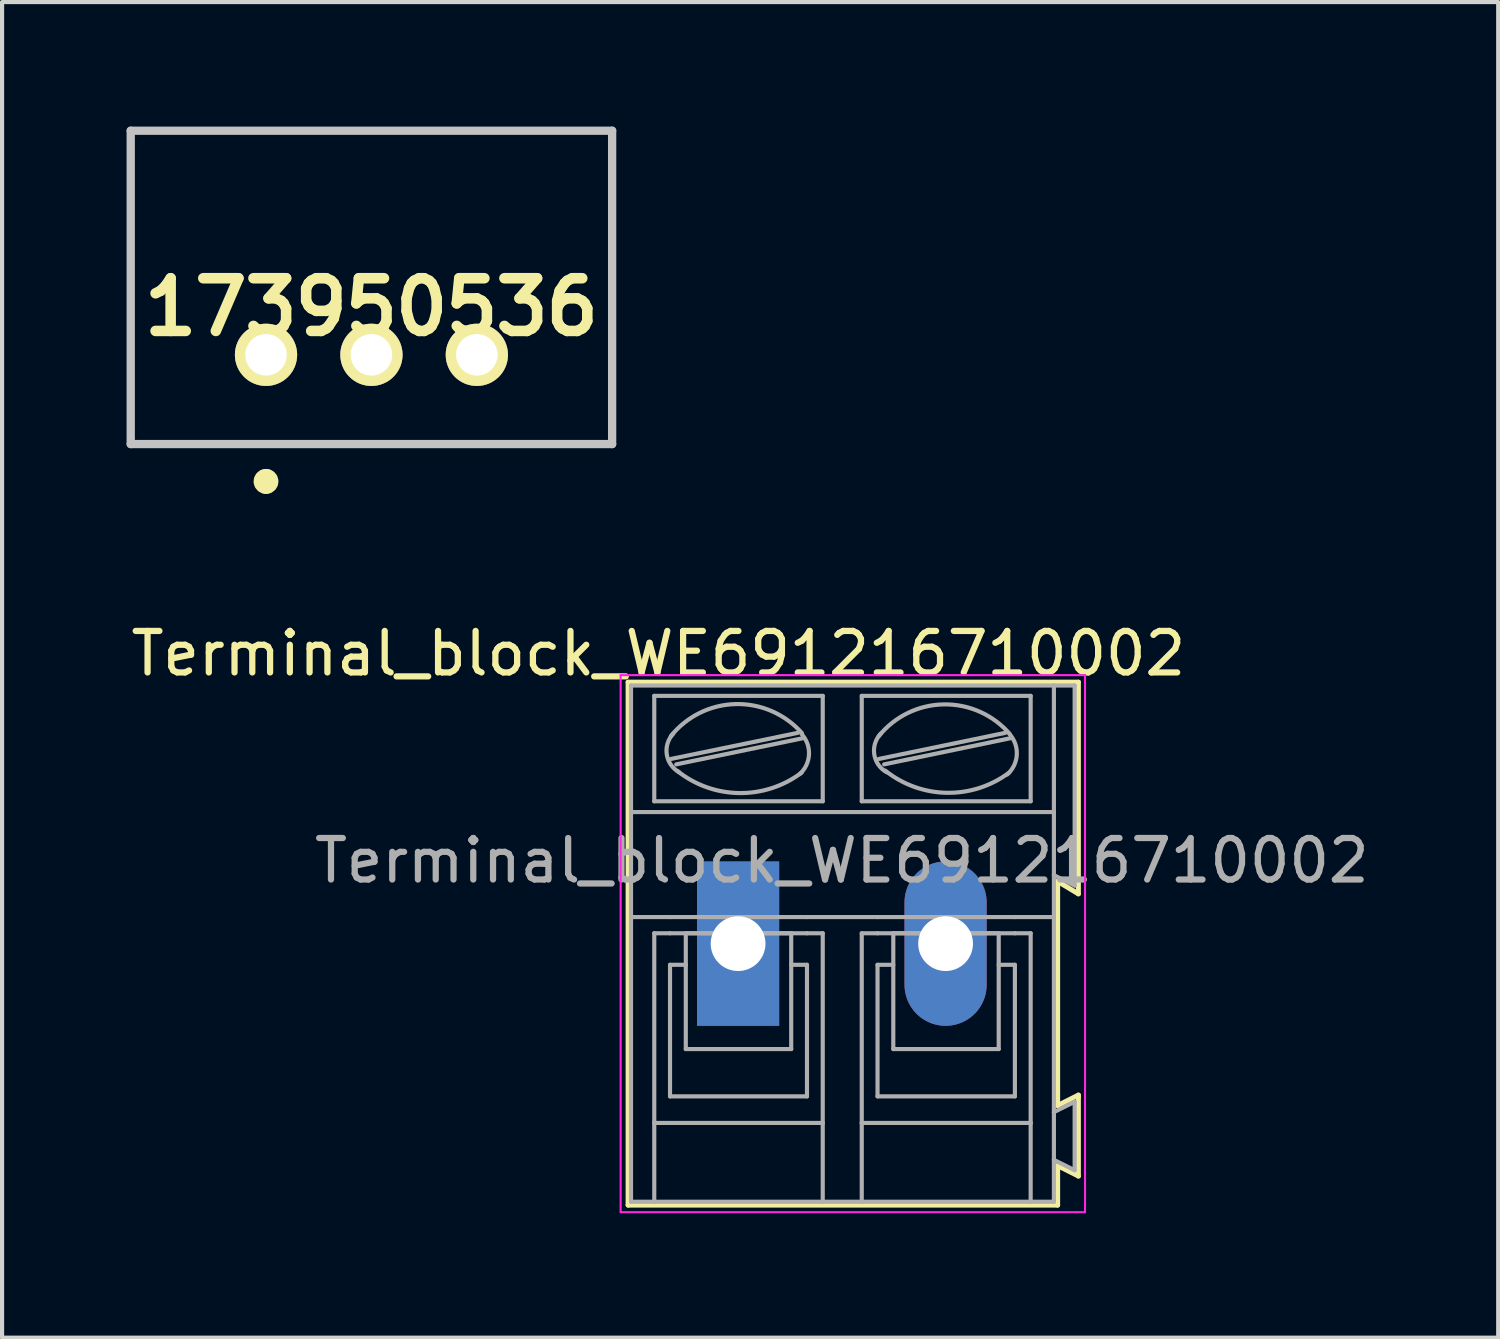
<source format=kicad_pcb>
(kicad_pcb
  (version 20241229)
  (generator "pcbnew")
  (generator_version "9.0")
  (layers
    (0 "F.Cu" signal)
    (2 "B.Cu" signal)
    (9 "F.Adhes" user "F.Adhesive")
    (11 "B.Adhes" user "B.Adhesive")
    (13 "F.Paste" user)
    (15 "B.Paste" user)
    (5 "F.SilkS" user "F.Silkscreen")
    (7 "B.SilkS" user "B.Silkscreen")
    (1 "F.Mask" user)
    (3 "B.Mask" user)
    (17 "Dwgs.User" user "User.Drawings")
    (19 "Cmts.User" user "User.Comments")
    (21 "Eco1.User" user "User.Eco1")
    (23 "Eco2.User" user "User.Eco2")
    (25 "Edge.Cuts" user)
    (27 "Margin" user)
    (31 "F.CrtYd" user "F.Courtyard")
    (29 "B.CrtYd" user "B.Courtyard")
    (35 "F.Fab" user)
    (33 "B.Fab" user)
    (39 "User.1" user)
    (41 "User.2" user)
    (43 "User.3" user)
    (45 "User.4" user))
  (footprint "173950536"
    (layer "F.Cu")
    (at 3.36 5.5)
    (property "Reference" "173950536" (at 2.54 -1.15 0) (layer "F.SilkS") (effects (font (size 1.27 1.27) (thickness 0.254))))
    (attr through_hole)
    (fp_line (start -3.26 -5.4) (end 8.34 -5.4) (stroke (width 0.1) (type solid)) (layer "F.SilkS"))
    (fp_line (start -3.26 2.15) (end -3.26 -5.4) (stroke (width 0.1) (type solid)) (layer "F.SilkS"))
    (fp_line (start 0 3) (end 0 3) (stroke (width 0.1) (type solid)) (layer "F.SilkS"))
    (fp_line (start 0 3.1) (end 0 3.1) (stroke (width 0.1) (type solid)) (layer "F.SilkS"))
    (fp_line (start 8.34 -5.4) (end 8.34 2.15) (stroke (width 0.1) (type solid)) (layer "F.SilkS"))
    (fp_line (start 8.34 2.15) (end -3.26 2.15) (stroke (width 0.1) (type solid)) (layer "F.SilkS"))
    (fp_arc (start 0 3) (mid 0.05 3.05) (end 0 3.1) (stroke (width 0.5) (type solid)) (layer "F.SilkS"))
    (fp_arc (start 0 3.1) (mid -0.05 3.05) (end 0 3) (stroke (width 0.5) (type solid)) (layer "F.SilkS"))
    (fp_line (start -3.26 -5.4) (end 8.34 -5.4) (stroke (width 0.2) (type solid)) (layer "Dwgs.User"))
    (fp_line (start -3.26 2.15) (end -3.26 -5.4) (stroke (width 0.2) (type solid)) (layer "Dwgs.User"))
    (fp_line (start 8.34 -5.4) (end 8.34 2.15) (stroke (width 0.2) (type solid)) (layer "Dwgs.User"))
    (fp_line (start 8.34 2.15) (end -3.26 2.15) (stroke (width 0.2) (type solid)) (layer "Dwgs.User"))
    (pad "1" thru_hole circle (at 0 0 90) (size 1.5 1.5) (drill 1) (layers "*.Cu" "*.Mask" "F.SilkS"))
    (pad "2" thru_hole circle (at 2.54 0 90) (size 1.5 1.5) (drill 1) (layers "*.Cu" "*.Mask" "F.SilkS"))
    (pad "3" thru_hole circle (at 5.08 0 90) (size 1.5 1.5) (drill 1) (layers "*.Cu" "*.Mask" "F.SilkS")))
  (footprint "Terminal_block_WE691216710002"
    (layer "F.Cu")
    (at 14.735 19.688)
    (property "Reference" "Terminal_block_WE691216710002" (at -1.92 -6.99 0) (layer "F.SilkS") (effects (font (size 1 1) (thickness 0.15))))
    (attr through_hole)
    (fp_line (start -2.65 -6.3) (end -2.65 6.3) (stroke (width 0.12) (type solid)) (layer "F.SilkS"))
    (fp_line (start -2.65 6.3) (end 7.7 6.3) (stroke (width 0.12) (type solid)) (layer "F.SilkS"))
    (fp_line (start 7.7 -1.5) (end 8.2 -1.2) (stroke (width 0.12) (type solid)) (layer "F.SilkS"))
    (fp_line (start 7.7 3.9) (end 7.7 -1.5) (stroke (width 0.12) (type solid)) (layer "F.SilkS"))
    (fp_line (start 7.7 5.35) (end 8.2 5.6) (stroke (width 0.12) (type solid)) (layer "F.SilkS"))
    (fp_line (start 7.7 6.3) (end 7.7 5.35) (stroke (width 0.12) (type solid)) (layer "F.SilkS"))
    (fp_line (start 8.2 -6.3) (end -2.65 -6.3) (stroke (width 0.12) (type solid)) (layer "F.SilkS"))
    (fp_line (start 8.2 -1.2) (end 8.2 -6.3) (stroke (width 0.12) (type solid)) (layer "F.SilkS"))
    (fp_line (start 8.2 3.65) (end 7.7 3.9) (stroke (width 0.12) (type solid)) (layer "F.SilkS"))
    (fp_line (start 8.2 3.7) (end 8.2 3.65) (stroke (width 0.12) (type solid)) (layer "F.SilkS"))
    (fp_line (start 8.2 5.6) (end 8.2 3.7) (stroke (width 0.12) (type solid)) (layer "F.SilkS"))
    (fp_line (start -2.83 -6.47) (end -2.83 6.47) (stroke (width 0.05) (type solid)) (layer "F.CrtYd"))
    (fp_line (start -2.83 -6.47) (end 8.36 -6.47) (stroke (width 0.05) (type solid)) (layer "F.CrtYd"))
    (fp_line (start 8.36 6.47) (end -2.83 6.47) (stroke (width 0.05) (type solid)) (layer "F.CrtYd"))
    (fp_line (start 8.36 6.47) (end 8.36 -6.47) (stroke (width 0.05) (type solid)) (layer "F.CrtYd"))
    (fp_line (start -2.58 -3.17) (end -2.58 -6.22) (stroke (width 0.1) (type solid)) (layer "F.Fab"))
    (fp_line (start -2.58 -3.17) (end 7.61 -3.17) (stroke (width 0.1) (type solid)) (layer "F.Fab"))
    (fp_line (start -2.58 -0.64) (end -2.58 -3.17) (stroke (width 0.1) (type solid)) (layer "F.Fab"))
    (fp_line (start -2.58 -0.64) (end -1.64 -0.64) (stroke (width 0.1) (type solid)) (layer "F.Fab"))
    (fp_line (start -2.58 6.22) (end -2.58 -0.64) (stroke (width 0.1) (type solid)) (layer "F.Fab"))
    (fp_line (start -2.58 6.22) (end -2.02 6.22) (stroke (width 0.1) (type solid)) (layer "F.Fab"))
    (fp_line (start -2.02 -3.43) (end -2.02 -5.97) (stroke (width 0.1) (type solid)) (layer "F.Fab"))
    (fp_line (start -2.02 -0.25) (end -2.02 4.32) (stroke (width 0.1) (type solid)) (layer "F.Fab"))
    (fp_line (start -2.02 -0.25) (end -1.64 -0.25) (stroke (width 0.1) (type solid)) (layer "F.Fab"))
    (fp_line (start -2.02 4.32) (end -2.02 6.22) (stroke (width 0.1) (type solid)) (layer "F.Fab"))
    (fp_line (start -2.02 6.22) (end 2.04 6.22) (stroke (width 0.1) (type solid)) (layer "F.Fab"))
    (fp_line (start -1.64 -0.64) (end 1.66 -0.64) (stroke (width 0.1) (type solid)) (layer "F.Fab"))
    (fp_line (start -1.64 0.51) (end -1.26 0.51) (stroke (width 0.1) (type solid)) (layer "F.Fab"))
    (fp_line (start -1.64 3.68) (end -1.64 0.51) (stroke (width 0.1) (type solid)) (layer "F.Fab"))
    (fp_line (start -1.62 -4.45) (end 1.44 -5.08) (stroke (width 0.1) (type solid)) (layer "F.Fab"))
    (fp_line (start -1.49 -4.32) (end 1.56 -4.95) (stroke (width 0.1) (type solid)) (layer "F.Fab"))
    (fp_line (start -1.26 -0.25) (end 1.28 -0.25) (stroke (width 0.1) (type solid)) (layer "F.Fab"))
    (fp_line (start -1.26 2.54) (end -1.26 -0.25) (stroke (width 0.1) (type solid)) (layer "F.Fab"))
    (fp_line (start -1.26 2.54) (end 1.28 2.54) (stroke (width 0.1) (type solid)) (layer "F.Fab"))
    (fp_line (start 1.28 2.54) (end 1.28 -0.25) (stroke (width 0.1) (type solid)) (layer "F.Fab"))
    (fp_line (start 1.66 -0.64) (end 3.36 -0.64) (stroke (width 0.1) (type solid)) (layer "F.Fab"))
    (fp_line (start 1.66 -0.25) (end -1.64 -0.25) (stroke (width 0.1) (type solid)) (layer "F.Fab"))
    (fp_line (start 1.66 0.51) (end 1.28 0.51) (stroke (width 0.1) (type solid)) (layer "F.Fab"))
    (fp_line (start 1.66 3.68) (end -1.64 3.68) (stroke (width 0.1) (type solid)) (layer "F.Fab"))
    (fp_line (start 1.66 3.68) (end 1.66 0.51) (stroke (width 0.1) (type solid)) (layer "F.Fab"))
    (fp_line (start 2.04 -5.97) (end -2.02 -5.97) (stroke (width 0.1) (type solid)) (layer "F.Fab"))
    (fp_line (start 2.04 -3.43) (end -2.02 -3.43) (stroke (width 0.1) (type solid)) (layer "F.Fab"))
    (fp_line (start 2.04 -3.43) (end 2.04 -5.97) (stroke (width 0.1) (type solid)) (layer "F.Fab"))
    (fp_line (start 2.04 -0.25) (end 1.66 -0.25) (stroke (width 0.1) (type solid)) (layer "F.Fab"))
    (fp_line (start 2.04 4.32) (end -2.02 4.32) (stroke (width 0.1) (type solid)) (layer "F.Fab"))
    (fp_line (start 2.04 4.32) (end 2.04 -0.25) (stroke (width 0.1) (type solid)) (layer "F.Fab"))
    (fp_line (start 2.04 6.22) (end 2.04 4.32) (stroke (width 0.1) (type solid)) (layer "F.Fab"))
    (fp_line (start 2.04 6.22) (end 2.98 6.22) (stroke (width 0.1) (type solid)) (layer "F.Fab"))
    (fp_line (start 2.98 -5.97) (end 7.05 -5.97) (stroke (width 0.1) (type solid)) (layer "F.Fab"))
    (fp_line (start 2.98 -3.43) (end 2.98 -5.97) (stroke (width 0.1) (type solid)) (layer "F.Fab"))
    (fp_line (start 2.98 -0.25) (end 3.36 -0.25) (stroke (width 0.1) (type solid)) (layer "F.Fab"))
    (fp_line (start 2.98 4.32) (end 2.98 -0.25) (stroke (width 0.1) (type solid)) (layer "F.Fab"))
    (fp_line (start 2.98 4.32) (end 7.05 4.32) (stroke (width 0.1) (type solid)) (layer "F.Fab"))
    (fp_line (start 2.98 6.22) (end 2.98 4.32) (stroke (width 0.1) (type solid)) (layer "F.Fab"))
    (fp_line (start 2.98 6.22) (end 7.05 6.22) (stroke (width 0.1) (type solid)) (layer "F.Fab"))
    (fp_line (start 3.36 -0.25) (end 6.67 -0.25) (stroke (width 0.1) (type solid)) (layer "F.Fab"))
    (fp_line (start 3.36 0.51) (end 3.74 0.51) (stroke (width 0.1) (type solid)) (layer "F.Fab"))
    (fp_line (start 3.36 3.68) (end 3.36 0.51) (stroke (width 0.1) (type solid)) (layer "F.Fab"))
    (fp_line (start 3.39 -4.45) (end 6.44 -5.08) (stroke (width 0.1) (type solid)) (layer "F.Fab"))
    (fp_line (start 3.52 -4.32) (end 6.56 -4.95) (stroke (width 0.1) (type solid)) (layer "F.Fab"))
    (fp_line (start 3.74 -0.25) (end 6.28 -0.25) (stroke (width 0.1) (type solid)) (layer "F.Fab"))
    (fp_line (start 3.74 2.54) (end 3.74 -0.25) (stroke (width 0.1) (type solid)) (layer "F.Fab"))
    (fp_line (start 3.74 2.54) (end 6.28 2.54) (stroke (width 0.1) (type solid)) (layer "F.Fab"))
    (fp_line (start 6.28 2.54) (end 6.28 -0.25) (stroke (width 0.1) (type solid)) (layer "F.Fab"))
    (fp_line (start 6.67 -0.64) (end 3.36 -0.64) (stroke (width 0.1) (type solid)) (layer "F.Fab"))
    (fp_line (start 6.67 0.51) (end 6.28 0.51) (stroke (width 0.1) (type solid)) (layer "F.Fab"))
    (fp_line (start 6.67 3.68) (end 3.36 3.68) (stroke (width 0.1) (type solid)) (layer "F.Fab"))
    (fp_line (start 6.67 3.68) (end 6.67 0.51) (stroke (width 0.1) (type solid)) (layer "F.Fab"))
    (fp_line (start 7.05 -5.97) (end 7.05 -3.43) (stroke (width 0.1) (type solid)) (layer "F.Fab"))
    (fp_line (start 7.05 -3.43) (end 2.98 -3.43) (stroke (width 0.1) (type solid)) (layer "F.Fab"))
    (fp_line (start 7.05 -0.25) (end 6.67 -0.25) (stroke (width 0.1) (type solid)) (layer "F.Fab"))
    (fp_line (start 7.05 -0.25) (end 7.05 4.32) (stroke (width 0.1) (type solid)) (layer "F.Fab"))
    (fp_line (start 7.05 4.32) (end 7.05 6.22) (stroke (width 0.1) (type solid)) (layer "F.Fab"))
    (fp_line (start 7.05 6.22) (end 7.61 6.22) (stroke (width 0.1) (type solid)) (layer "F.Fab"))
    (fp_line (start 7.61 -6.22) (end -2.58 -6.22) (stroke (width 0.1) (type solid)) (layer "F.Fab"))
    (fp_line (start 7.61 -6.22) (end 7.61 -3.17) (stroke (width 0.1) (type solid)) (layer "F.Fab"))
    (fp_line (start 7.61 -6.22) (end 8.11 -6.22) (stroke (width 0.1) (type solid)) (layer "F.Fab"))
    (fp_line (start 7.61 -3.17) (end 7.61 -1.65) (stroke (width 0.1) (type solid)) (layer "F.Fab"))
    (fp_line (start 7.61 -1.65) (end 7.61 -0.64) (stroke (width 0.1) (type solid)) (layer "F.Fab"))
    (fp_line (start 7.61 -0.64) (end 6.67 -0.64) (stroke (width 0.1) (type solid)) (layer "F.Fab"))
    (fp_line (start 7.61 -0.64) (end 7.61 4.06) (stroke (width 0.1) (type solid)) (layer "F.Fab"))
    (fp_line (start 7.61 4.06) (end 7.61 5.21) (stroke (width 0.1) (type solid)) (layer "F.Fab"))
    (fp_line (start 7.61 5.21) (end 7.61 6.22) (stroke (width 0.1) (type solid)) (layer "F.Fab"))
    (fp_line (start 8.11 -6.22) (end 8.11 -1.4) (stroke (width 0.1) (type solid)) (layer "F.Fab"))
    (fp_line (start 8.11 -1.4) (end 7.61 -1.65) (stroke (width 0.1) (type solid)) (layer "F.Fab"))
    (fp_line (start 8.11 3.81) (end 7.61 4.06) (stroke (width 0.1) (type solid)) (layer "F.Fab"))
    (fp_line (start 8.11 3.81) (end 8.11 5.46) (stroke (width 0.1) (type solid)) (layer "F.Fab"))
    (fp_line (start 8.11 5.46) (end 7.61 5.21) (stroke (width 0.1) (type solid)) (layer "F.Fab"))
    (fp_arc (start -1.62 -5) (mid -0.05669 -5.772528) (end 1.539976 -5.071534) (stroke (width 0.1) (type solid)) (layer "F.Fab"))
    (fp_arc (start -1.42 -4.13) (mid -1.718466 -4.559406) (end -1.562972 -5.058699) (stroke (width 0.1) (type solid)) (layer "F.Fab"))
    (fp_arc (start 1.53 -5.05) (mid 1.708693 -4.558754) (end 1.485619 -4.086005) (stroke (width 0.1) (type solid)) (layer "F.Fab"))
    (fp_arc (start 1.53 -4.12) (mid 0.02849 -3.628196) (end -1.459829 -4.158582) (stroke (width 0.1) (type solid)) (layer "F.Fab"))
    (fp_arc (start 3.39 -5) (mid 4.949737 -5.764867) (end 6.538239 -5.061686) (stroke (width 0.1) (type solid)) (layer "F.Fab"))
    (fp_arc (start 3.58 -4.13) (mid 3.281534 -4.559406) (end 3.437028 -5.058699) (stroke (width 0.1) (type solid)) (layer "F.Fab"))
    (fp_arc (start 6.53 -4.12) (mid 5.030583 -3.634318) (end 3.547667 -4.168263) (stroke (width 0.1) (type solid)) (layer "F.Fab"))
    (fp_arc (start 6.54 -5.05) (mid 6.715733 -4.551652) (end 6.485532 -4.076005) (stroke (width 0.1) (type solid)) (layer "F.Fab"))
    (fp_text user "${REFERENCE}" (at 2.5 -2 0) (layer "F.Fab") (effects (font (size 1 1) (thickness 0.15))))
    (pad "1" thru_hole rect (at 0 0) (size 1.98 3.96) (drill 1.32) (layers "*.Cu" "*.Mask"))
    (pad "2" thru_hole oval (at 5 0) (size 1.98 3.96) (drill 1.32) (layers "*.Cu" "*.Mask")))
  (gr_rect
    (start -3 -3)
    (end 33.051 29.183)
    (stroke (width 0.1) (type default))
    (fill no)
    (layer "Edge.Cuts")))
</source>
